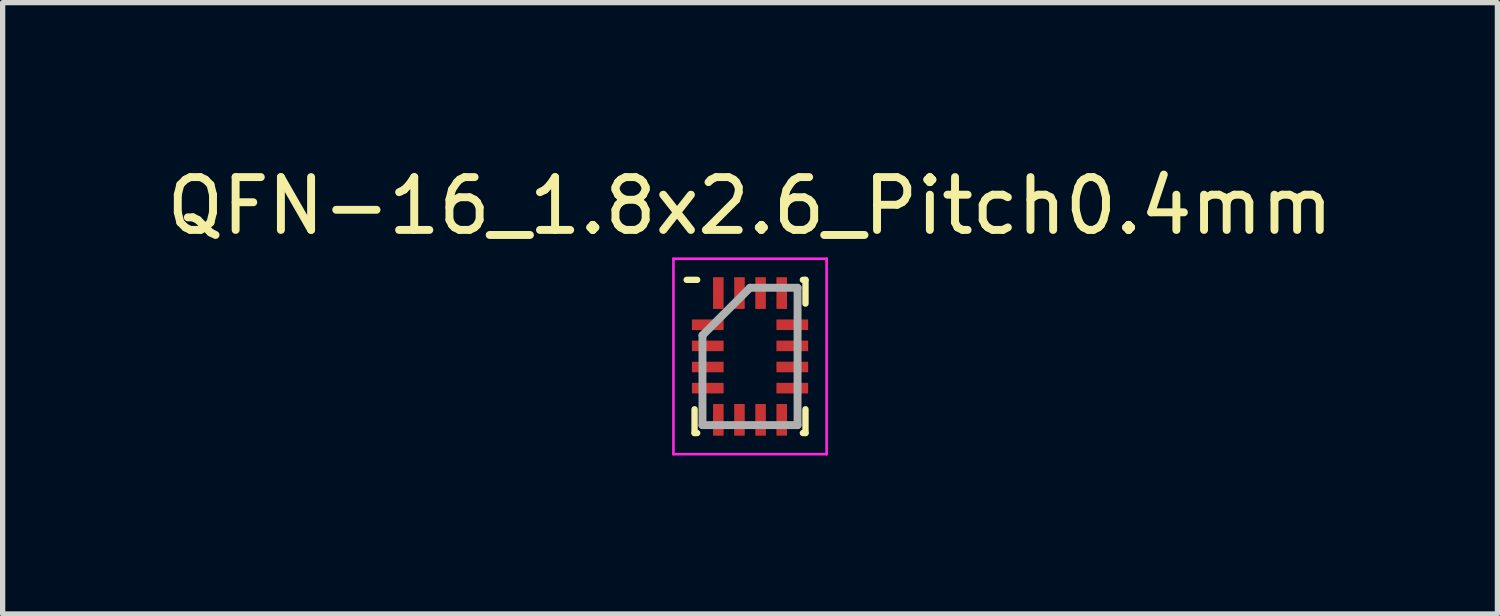
<source format=kicad_pcb>
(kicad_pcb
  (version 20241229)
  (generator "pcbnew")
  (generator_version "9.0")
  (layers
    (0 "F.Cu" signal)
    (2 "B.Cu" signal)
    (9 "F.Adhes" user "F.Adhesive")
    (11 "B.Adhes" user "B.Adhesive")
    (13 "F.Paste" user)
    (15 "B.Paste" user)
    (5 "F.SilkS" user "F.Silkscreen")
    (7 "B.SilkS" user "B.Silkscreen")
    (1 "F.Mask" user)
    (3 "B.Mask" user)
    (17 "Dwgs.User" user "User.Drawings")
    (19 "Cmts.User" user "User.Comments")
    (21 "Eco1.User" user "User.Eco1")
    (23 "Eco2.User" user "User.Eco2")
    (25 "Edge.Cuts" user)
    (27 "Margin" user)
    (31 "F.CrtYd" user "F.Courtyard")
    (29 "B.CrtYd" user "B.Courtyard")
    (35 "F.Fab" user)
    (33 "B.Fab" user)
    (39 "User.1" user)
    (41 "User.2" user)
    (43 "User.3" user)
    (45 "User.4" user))
  (footprint "QFN-16_1.8x2.6_Pitch0.4mm"
    (layer "F.Cu")
    (at 11.149 3.698)
    (property "Reference" "QFN-16_1.8x2.6_Pitch0.4mm" (at 0 -2.85 0) (layer "F.SilkS") (effects (font (size 1 1) (thickness 0.15))))
    (attr through_hole)
    (fp_line (start -1.05 1.45) (end -1.05 1) (stroke (width 0.12) (type default)) (layer "F.SilkS"))
    (fp_line (start -1 -1.45) (end -1.2 -1.45) (stroke (width 0.12) (type default)) (layer "F.SilkS"))
    (fp_line (start -1 1.45) (end -1.05 1.45) (stroke (width 0.12) (type default)) (layer "F.SilkS"))
    (fp_line (start 1 -1.45) (end 1.05 -1.45) (stroke (width 0.12) (type default)) (layer "F.SilkS"))
    (fp_line (start 1 1.45) (end 1.05 1.45) (stroke (width 0.12) (type default)) (layer "F.SilkS"))
    (fp_line (start 1.05 -1.45) (end 1.05 -1) (stroke (width 0.12) (type default)) (layer "F.SilkS"))
    (fp_line (start 1.05 1.45) (end 1.05 1) (stroke (width 0.12) (type default)) (layer "F.SilkS"))
    (fp_line (start -1.45 -1.85) (end 1.45 -1.85) (stroke (width 0.05) (type default)) (layer "F.CrtYd"))
    (fp_line (start -1.45 1.85) (end -1.45 -1.85) (stroke (width 0.05) (type default)) (layer "F.CrtYd"))
    (fp_line (start 1.45 -1.85) (end 1.45 1.85) (stroke (width 0.05) (type default)) (layer "F.CrtYd"))
    (fp_line (start 1.45 1.85) (end -1.45 1.85) (stroke (width 0.05) (type default)) (layer "F.CrtYd"))
    (fp_line (start -0.9 -0.4) (end -0.9 1.3) (stroke (width 0.15) (type default)) (layer "F.Fab"))
    (fp_line (start -0.9 1.3) (end 0.9 1.3) (stroke (width 0.15) (type default)) (layer "F.Fab"))
    (fp_line (start 0 -1.3) (end -0.9 -0.4) (stroke (width 0.15) (type default)) (layer "F.Fab"))
    (fp_line (start 0.9 -1.3) (end 0 -1.3) (stroke (width 0.15) (type default)) (layer "F.Fab"))
    (fp_line (start 0.9 1.3) (end 0.9 -1.3) (stroke (width 0.15) (type default)) (layer "F.Fab"))
    (pad "1" smd rect (at -0.8 -0.6 90) (size 0.2 0.6) (layers "F.Cu" "F.Mask" "F.Paste"))
    (pad "2" smd rect (at -0.8 -0.2 90) (size 0.2 0.6) (layers "F.Cu" "F.Mask" "F.Paste"))
    (pad "3" smd rect (at -0.8 0.2 90) (size 0.2 0.6) (layers "F.Cu" "F.Mask" "F.Paste"))
    (pad "4" smd rect (at -0.8 0.6 90) (size 0.2 0.6) (layers "F.Cu" "F.Mask" "F.Paste"))
    (pad "5" smd rect (at -0.6 1.2) (size 0.2 0.6) (layers "F.Cu" "F.Mask" "F.Paste"))
    (pad "6" smd rect (at -0.2 1.2) (size 0.2 0.6) (layers "F.Cu" "F.Mask" "F.Paste"))
    (pad "7" smd rect (at 0.2 1.2) (size 0.2 0.6) (layers "F.Cu" "F.Mask" "F.Paste"))
    (pad "8" smd rect (at 0.6 1.2) (size 0.2 0.6) (layers "F.Cu" "F.Mask" "F.Paste"))
    (pad "9" smd rect (at 0.8 0.6 90) (size 0.2 0.6) (layers "F.Cu" "F.Mask" "F.Paste"))
    (pad "10" smd rect (at 0.8 0.2 90) (size 0.2 0.6) (layers "F.Cu" "F.Mask" "F.Paste"))
    (pad "11" smd rect (at 0.8 -0.2 90) (size 0.2 0.6) (layers "F.Cu" "F.Mask" "F.Paste"))
    (pad "12" smd rect (at 0.8 -0.6 90) (size 0.2 0.6) (layers "F.Cu" "F.Mask" "F.Paste"))
    (pad "13" smd rect (at 0.6 -1.2) (size 0.2 0.6) (layers "F.Cu" "F.Mask" "F.Paste"))
    (pad "14" smd rect (at 0.2 -1.2) (size 0.2 0.6) (layers "F.Cu" "F.Mask" "F.Paste"))
    (pad "15" smd rect (at -0.2 -1.2) (size 0.2 0.6) (layers "F.Cu" "F.Mask" "F.Paste"))
    (pad "16" smd rect (at -0.6 -1.2) (size 0.2 0.6) (layers "F.Cu" "F.Mask" "F.Paste")))
  (gr_rect
    (start -3 -3)
    (end 25.298 8.573)
    (stroke (width 0.1) (type default))
    (fill no)
    (layer "Edge.Cuts")))
</source>
